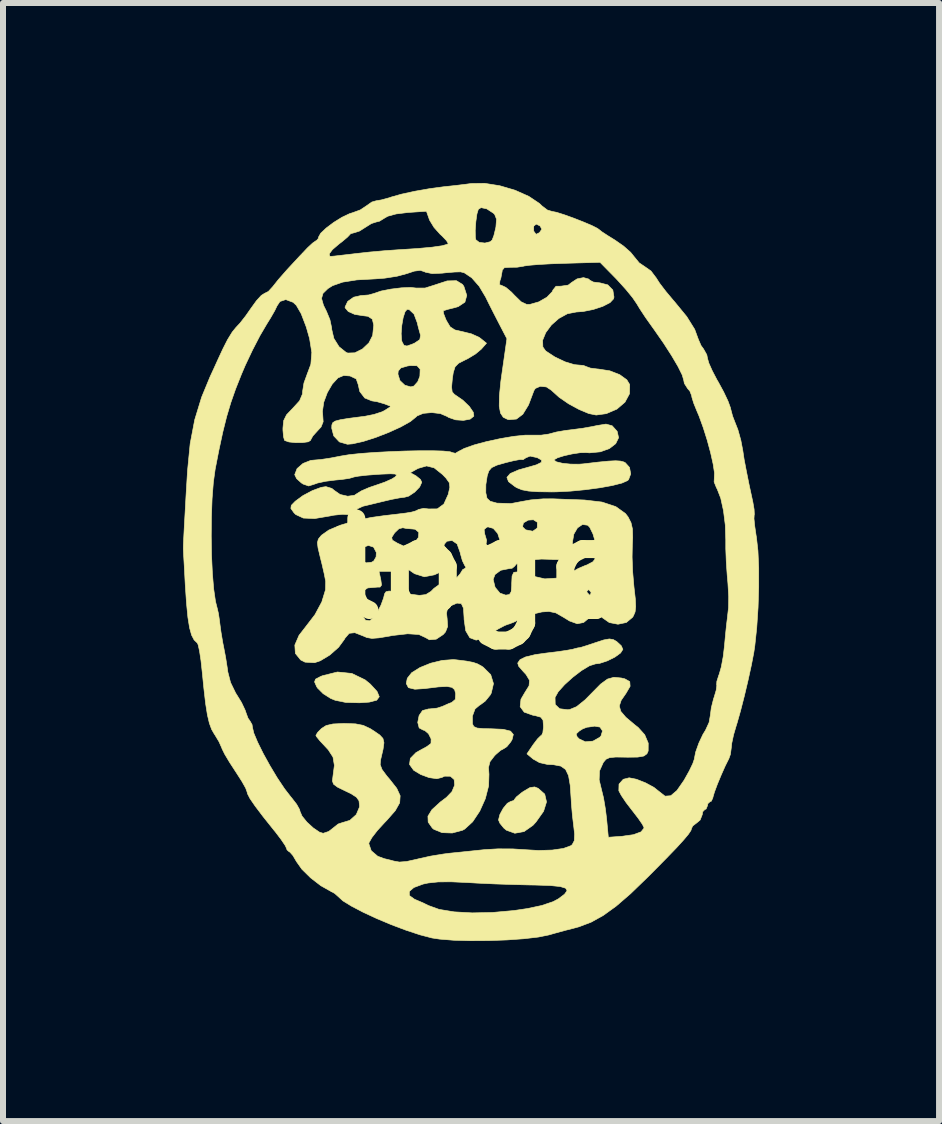
<source format=kicad_pcb>
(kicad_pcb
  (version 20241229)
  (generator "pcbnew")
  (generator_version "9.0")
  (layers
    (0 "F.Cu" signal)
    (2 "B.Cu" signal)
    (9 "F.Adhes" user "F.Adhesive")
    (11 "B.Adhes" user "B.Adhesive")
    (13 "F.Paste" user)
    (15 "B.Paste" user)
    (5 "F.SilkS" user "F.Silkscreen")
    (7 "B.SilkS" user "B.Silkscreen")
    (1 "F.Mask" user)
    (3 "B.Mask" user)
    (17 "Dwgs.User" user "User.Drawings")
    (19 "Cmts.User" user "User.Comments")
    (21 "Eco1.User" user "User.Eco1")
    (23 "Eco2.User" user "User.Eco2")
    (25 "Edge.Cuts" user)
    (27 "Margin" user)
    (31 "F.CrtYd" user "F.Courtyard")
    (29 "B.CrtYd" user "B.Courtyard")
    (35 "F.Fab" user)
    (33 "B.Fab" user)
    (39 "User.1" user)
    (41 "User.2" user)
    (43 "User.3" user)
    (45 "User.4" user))
  (footprint "logo"
    (layer "F.Cu")
    (at 4.992 6.426)
    (property "Reference" "logo" (at 0 0 0) (layer "F.SilkS") (effects (font (size 1.524 1.524) (thickness 0.3))))
    (attr through_hole)
    (fp_poly (pts (xy -2.179 1.746) (xy -1.958 1.853) (xy -1.871 1.924) (xy -1.759 2.046) (xy -1.722 2.134) (xy -1.765 2.192) (xy -1.889 2.224) (xy -2.051 2.235) (xy -2.281 2.229) (xy -2.457 2.193) (xy -2.532 2.162) (xy -2.657 2.083) (xy -2.751 1.989) (xy -2.766 1.965) (xy -2.8 1.887) (xy -2.784 1.841) (xy -2.704 1.799) (xy -2.671 1.785) (xy -2.42 1.722) (xy -2.179 1.746)) (stroke (width 0.01) (type solid)) (fill yes) (layer "F.SilkS"))
    (fp_poly (pts (xy 0.925 3.66) (xy 1.035 3.757) (xy 1.065 3.887) (xy 1.016 4.043) (xy 0.89 4.221) (xy 0.839 4.277) (xy 0.691 4.381) (xy 0.537 4.409) (xy 0.396 4.358) (xy 0.353 4.322) (xy 0.288 4.242) (xy 0.265 4.187) (xy 0.288 4.096) (xy 0.344 3.993) (xy 0.412 3.91) (xy 0.464 3.881) (xy 0.522 3.862) (xy 0.529 3.847) (xy 0.563 3.804) (xy 0.646 3.736) (xy 0.68 3.712) (xy 0.789 3.648) (xy 0.867 3.637) (xy 0.925 3.66)) (stroke (width 0.01) (type solid)) (fill yes) (layer "F.SilkS"))
    (fp_poly (pts (xy -0.441 1.519) (xy -0.271 1.54) (xy -0.161 1.561) (xy -0.084 1.587) (xy -0.012 1.627) (xy 0.01 1.642) (xy 0.135 1.766) (xy 0.181 1.916) (xy 0.144 2.074) (xy 0.125 2.108) (xy 0.044 2.207) (xy -0.039 2.269) (xy -0.047 2.272) (xy -0.126 2.338) (xy -0.17 2.457) (xy -0.169 2.587) (xy -0.147 2.631) (xy -0.092 2.656) (xy 0.017 2.666) (xy 0.142 2.668) (xy 0.343 2.677) (xy 0.465 2.707) (xy 0.512 2.763) (xy 0.491 2.848) (xy 0.469 2.886) (xy 0.404 2.966) (xy 0.354 2.999) (xy 0.299 3.028) (xy 0.216 3.1) (xy 0.197 3.12) (xy 0.123 3.216) (xy 0.098 3.313) (xy 0.106 3.426) (xy 0.1 3.62) (xy 0.045 3.834) (xy -0.048 4.041) (xy -0.166 4.218) (xy -0.298 4.339) (xy -0.334 4.359) (xy -0.506 4.405) (xy -0.676 4.399) (xy -0.813 4.343) (xy -0.838 4.322) (xy -0.907 4.224) (xy -0.911 4.125) (xy -0.845 4.017) (xy -0.704 3.888) (xy -0.603 3.812) (xy -0.511 3.716) (xy -0.466 3.608) (xy -0.474 3.514) (xy -0.537 3.459) (xy -0.634 3.458) (xy -0.678 3.479) (xy -0.763 3.5) (xy -0.891 3.482) (xy -1.031 3.43) (xy -1.149 3.359) (xy -1.218 3.262) (xy -1.204 3.161) (xy -1.11 3.065) (xy -1.037 3.024) (xy -0.931 2.966) (xy -0.865 2.917) (xy -0.86 2.91) (xy -0.858 2.837) (xy -0.901 2.751) (xy -0.966 2.695) (xy -0.989 2.69) (xy -1.057 2.654) (xy -1.081 2.562) (xy -1.058 2.447) (xy -1.001 2.364) (xy -0.899 2.337) (xy -0.882 2.337) (xy -0.759 2.324) (xy -0.672 2.296) (xy -0.562 2.247) (xy -0.515 2.23) (xy -0.455 2.179) (xy -0.449 2.084) (xy -0.466 2.017) (xy -0.51 1.978) (xy -0.594 1.963) (xy -0.735 1.97) (xy -0.947 1.996) (xy -0.948 1.997) (xy -1.129 2.009) (xy -1.236 1.983) (xy -1.272 1.914) (xy -1.255 1.827) (xy -1.182 1.734) (xy -1.044 1.648) (xy -0.867 1.576) (xy -0.674 1.529) (xy -0.489 1.515) (xy -0.441 1.519)) (stroke (width 0.01) (type solid)) (fill yes) (layer "F.SilkS"))
    (fp_poly (pts (xy 2.159 -2.381) (xy 2.239 -2.292) (xy 2.242 -2.289) (xy 2.266 -2.182) (xy 2.218 -2.083) (xy 2.112 -2.001) (xy 1.962 -1.947) (xy 1.783 -1.93) (xy 1.724 -1.934) (xy 1.623 -1.932) (xy 1.492 -1.912) (xy 1.358 -1.882) (xy 1.249 -1.848) (xy 1.193 -1.816) (xy 1.191 -1.809) (xy 1.23 -1.78) (xy 1.331 -1.756) (xy 1.467 -1.742) (xy 1.61 -1.741) (xy 1.676 -1.746) (xy 1.922 -1.775) (xy 2.097 -1.792) (xy 2.216 -1.798) (xy 2.295 -1.793) (xy 2.35 -1.779) (xy 2.377 -1.766) (xy 2.448 -1.687) (xy 2.468 -1.579) (xy 2.432 -1.483) (xy 2.414 -1.467) (xy 2.323 -1.427) (xy 2.163 -1.386) (xy 1.954 -1.348) (xy 1.715 -1.316) (xy 1.467 -1.292) (xy 1.229 -1.28) (xy 1.147 -1.279) (xy 0.923 -1.282) (xy 0.767 -1.293) (xy 0.656 -1.314) (xy 0.57 -1.349) (xy 0.54 -1.367) (xy 0.432 -1.45) (xy 0.405 -1.521) (xy 0.46 -1.585) (xy 0.6 -1.646) (xy 0.729 -1.682) (xy 0.896 -1.73) (xy 0.979 -1.771) (xy 0.984 -1.809) (xy 0.914 -1.848) (xy 0.906 -1.851) (xy 0.791 -1.876) (xy 0.722 -1.848) (xy 0.672 -1.815) (xy 0.661 -1.818) (xy 0.623 -1.819) (xy 0.521 -1.8) (xy 0.389 -1.768) (xy 0.238 -1.725) (xy 0.151 -1.684) (xy 0.104 -1.629) (xy 0.077 -1.549) (xy 0.054 -1.401) (xy 0.053 -1.265) (xy 0.073 -1.173) (xy 0.127 -1.123) (xy 0.239 -1.092) (xy 0.473 -1.085) (xy 0.636 -1.116) (xy 0.803 -1.146) (xy 1.007 -1.163) (xy 1.169 -1.164) (xy 1.367 -1.156) (xy 1.567 -1.149) (xy 1.698 -1.144) (xy 1.989 -1.11) (xy 2.219 -1.034) (xy 2.38 -0.919) (xy 2.424 -0.862) (xy 2.473 -0.766) (xy 2.497 -0.661) (xy 2.501 -0.518) (xy 2.495 -0.397) (xy 2.491 -0.194) (xy 2.5 0.047) (xy 2.52 0.281) (xy 2.523 0.311) (xy 2.545 0.505) (xy 2.551 0.634) (xy 2.541 0.721) (xy 2.513 0.787) (xy 2.499 0.81) (xy 2.395 0.897) (xy 2.256 0.926) (xy 2.111 0.898) (xy 1.991 0.814) (xy 1.983 0.804) (xy 1.896 0.693) (xy 1.788 0.81) (xy 1.683 0.897) (xy 1.577 0.918) (xy 1.449 0.872) (xy 1.35 0.811) (xy 1.221 0.737) (xy 1.106 0.713) (xy 0.989 0.721) (xy 0.82 0.761) (xy 0.654 0.825) (xy 0.631 0.837) (xy 0.519 0.892) (xy 0.439 0.923) (xy 0.424 0.926) (xy 0.368 0.948) (xy 0.263 1.003) (xy 0.17 1.058) (xy 0.041 1.131) (xy -0.064 1.179) (xy -0.108 1.191) (xy -0.213 1.151) (xy -0.281 1.035) (xy -0.308 0.848) (xy -0.309 0.813) (xy -0.319 0.658) (xy -0.355 0.581) (xy -0.428 0.574) (xy -0.532 0.619) (xy -0.587 0.666) (xy -0.601 0.745) (xy -0.591 0.835) (xy -0.583 0.964) (xy -0.618 1.054) (xy -0.657 1.098) (xy -0.773 1.175) (xy -0.887 1.185) (xy -0.95 1.149) (xy -1.062 1.097) (xy -1.248 1.085) (xy -1.504 1.114) (xy -1.554 1.124) (xy -1.728 1.153) (xy -1.844 1.162) (xy -1.928 1.148) (xy -1.991 1.121) (xy -2.129 1.067) (xy -2.223 1.077) (xy -2.292 1.157) (xy -2.302 1.176) (xy -2.4 1.31) (xy -2.546 1.439) (xy -2.705 1.535) (xy -2.8 1.567) (xy -2.959 1.558) (xy -3.032 1.521) (xy -3.12 1.412) (xy -3.129 1.273) (xy -3.059 1.111) (xy -2.952 0.973) (xy -2.794 0.767) (xy -2.679 0.553) (xy -2.67 0.523) (xy -2.07 0.523) (xy -2.047 0.69) (xy -2.017 0.763) (xy -1.952 0.858) (xy -1.881 0.869) (xy -1.799 0.794) (xy -1.762 0.739) (xy -1.694 0.609) (xy -1.649 0.486) (xy -1.647 0.476) (xy -1.633 0.419) (xy -1.61 0.385) (xy -1.56 0.373) (xy -1.466 0.381) (xy -1.311 0.407) (xy -1.213 0.424) (xy -1.053 0.445) (xy -0.946 0.432) (xy -0.86 0.379) (xy -0.811 0.329) (xy -0.7 0.249) (xy -0.563 0.198) (xy -0.558 0.197) (xy -0.508 0.179) (xy 0.176 0.179) (xy 0.208 0.31) (xy 0.288 0.407) (xy 0.385 0.441) (xy 0.447 0.431) (xy 0.476 0.385) (xy 0.477 0.38) (xy 1.735 0.38) (xy 1.742 0.397) (xy 1.781 0.439) (xy 1.789 0.441) (xy 1.807 0.407) (xy 1.808 0.397) (xy 1.774 0.354) (xy 1.761 0.353) (xy 1.735 0.38) (xy 0.477 0.38) (xy 0.485 0.281) (xy 0.485 0.243) (xy 0.491 0.121) (xy 0.52 0.061) (xy 0.591 0.053) (xy 0.719 0.09) (xy 0.772 0.109) (xy 1.036 0.17) (xy 1.273 0.155) (xy 1.463 0.073) (xy 1.592 -0.002) (xy 1.716 -0.055) (xy 1.736 -0.061) (xy 1.837 -0.114) (xy 1.89 -0.183) (xy 1.901 -0.291) (xy 1.881 -0.435) (xy 1.839 -0.579) (xy 1.785 -0.689) (xy 1.751 -0.724) (xy 1.664 -0.736) (xy 1.581 -0.68) (xy 1.52 -0.575) (xy 1.499 -0.453) (xy 1.487 -0.288) (xy 1.438 -0.192) (xy 1.338 -0.151) (xy 1.172 -0.152) (xy 1.146 -0.155) (xy 0.981 -0.16) (xy 0.814 -0.146) (xy 0.668 -0.118) (xy 0.565 -0.079) (xy 0.529 -0.037) (xy 0.492 -0.007) (xy 0.438 0) (xy 0.302 0.027) (xy 0.207 0.097) (xy 0.176 0.179) (xy -0.508 0.179) (xy -0.43 0.15) (xy -0.373 0.084) (xy -0.331 0.015) (xy -0.3 0) (xy -0.277 -0.021) (xy -0.299 -0.055) (xy -0.337 -0.133) (xy -0.371 -0.253) (xy -0.375 -0.273) (xy -0.425 -0.412) (xy -0.508 -0.469) (xy -0.595 -0.457) (xy -0.638 -0.408) (xy -0.658 -0.295) (xy -0.661 -0.194) (xy -0.665 -0.055) (xy -0.685 0.024) (xy -0.734 0.071) (xy -0.805 0.103) (xy -0.971 0.135) (xy -1.134 0.084) (xy -1.246 0.007) (xy -1.308 -0.029) (xy -1.323 -0.007) (xy -1.364 0.026) (xy -1.476 0.043) (xy -1.525 0.044) (xy -1.727 0.044) (xy -1.697 0.18) (xy -1.684 0.274) (xy -1.709 0.307) (xy -1.749 0.307) (xy -1.915 0.321) (xy -2.024 0.396) (xy -2.07 0.523) (xy -2.67 0.523) (xy -2.618 0.352) (xy -2.615 0.211) (xy -2.639 0.087) (xy -2.677 -0.078) (xy -2.707 -0.197) (xy -2.717 -0.241) (xy -2.104 -0.241) (xy -2.098 -0.198) (xy -2.047 -0.155) (xy -1.942 -0.097) (xy -1.851 -0.107) (xy -1.815 -0.127) (xy -1.775 -0.195) (xy -1.771 -0.27) (xy -1.817 -0.359) (xy -1.903 -0.387) (xy -2.005 -0.35) (xy -2.049 -0.31) (xy -2.104 -0.241) (xy -2.717 -0.241) (xy -2.742 -0.344) (xy -2.753 -0.433) (xy -2.737 -0.493) (xy -2.715 -0.52) (xy -1.515 -0.52) (xy -1.504 -0.475) (xy -1.422 -0.426) (xy -1.422 -0.426) (xy -1.306 -0.372) (xy -1.231 -0.365) (xy -1.163 -0.404) (xy -1.139 -0.426) (xy -1.069 -0.521) (xy -1.063 -0.605) (xy -1.117 -0.652) (xy 0.025 -0.652) (xy 0.036 -0.574) (xy 0.043 -0.553) (xy 0.067 -0.472) (xy 0.062 -0.441) (xy 0.058 -0.413) (xy 0.066 -0.397) (xy 0.127 -0.362) (xy 0.198 -0.353) (xy 0.275 -0.369) (xy 0.293 -0.434) (xy 0.291 -0.465) (xy 0.252 -0.586) (xy 0.178 -0.671) (xy 0.091 -0.696) (xy 0.07 -0.691) (xy 0.025 -0.652) (xy -1.117 -0.652) (xy -1.121 -0.656) (xy -1.165 -0.661) (xy -1.273 -0.67) (xy -1.33 -0.682) (xy -1.395 -0.665) (xy -1.466 -0.597) (xy -1.515 -0.52) (xy -2.715 -0.52) (xy -2.691 -0.55) (xy -2.682 -0.559) (xy -2.563 -0.643) (xy -2.433 -0.698) (xy 0.665 -0.698) (xy 0.717 -0.647) (xy 0.836 -0.624) (xy 0.905 -0.672) (xy 0.911 -0.686) (xy 0.912 -0.773) (xy 0.847 -0.815) (xy 0.76 -0.809) (xy 0.681 -0.763) (xy 0.665 -0.698) (xy -2.433 -0.698) (xy -2.374 -0.723) (xy -2.133 -0.796) (xy -1.858 -0.853) (xy -1.637 -0.884) (xy -1.421 -0.909) (xy -1.275 -0.927) (xy -1.181 -0.943) (xy -1.121 -0.96) (xy -1.078 -0.98) (xy -1.066 -0.987) (xy -0.982 -1.005) (xy -0.901 -0.995) (xy -0.756 -0.996) (xy -0.646 -1.076) (xy -0.573 -1.237) (xy -0.572 -1.241) (xy -0.546 -1.356) (xy -0.555 -1.432) (xy -0.611 -1.51) (xy -0.669 -1.57) (xy -0.807 -1.68) (xy -0.934 -1.712) (xy -1.072 -1.672) (xy -1.099 -1.658) (xy -1.205 -1.599) (xy -1.11 -1.547) (xy -1.036 -1.487) (xy -1.014 -1.439) (xy -1.049 -1.361) (xy -1.132 -1.275) (xy -1.231 -1.209) (xy -1.297 -1.191) (xy -1.382 -1.18) (xy -1.518 -1.154) (xy -1.625 -1.129) (xy -1.786 -1.09) (xy -1.931 -1.055) (xy -1.995 -1.04) (xy -2.087 -0.997) (xy -2.117 -0.942) (xy -2.139 -0.894) (xy -2.218 -0.898) (xy -2.226 -0.9) (xy -2.334 -0.906) (xy -2.48 -0.891) (xy -2.545 -0.878) (xy -2.799 -0.835) (xy -2.987 -0.843) (xy -3.114 -0.902) (xy -3.144 -0.932) (xy -3.195 -1.004) (xy -3.188 -1.055) (xy -3.122 -1.123) (xy -2.994 -1.217) (xy -2.838 -1.3) (xy -2.69 -1.355) (xy -2.611 -1.367) (xy -2.512 -1.337) (xy -2.472 -1.304) (xy -2.374 -1.236) (xy -2.248 -1.207) (xy -2.135 -1.223) (xy -2.096 -1.249) (xy -2.02 -1.296) (xy -1.891 -1.352) (xy -1.776 -1.391) (xy -1.627 -1.443) (xy -1.507 -1.497) (xy -1.455 -1.531) (xy -1.433 -1.56) (xy -1.456 -1.577) (xy -1.537 -1.581) (xy -1.688 -1.575) (xy -1.752 -1.571) (xy -1.925 -1.558) (xy -2.066 -1.542) (xy -2.149 -1.527) (xy -2.159 -1.522) (xy -2.225 -1.504) (xy -2.349 -1.486) (xy -2.458 -1.476) (xy -2.616 -1.456) (xy -2.751 -1.427) (xy -2.809 -1.406) (xy -2.899 -1.378) (xy -2.991 -1.41) (xy -3.019 -1.428) (xy -3.099 -1.5) (xy -3.131 -1.566) (xy -3.092 -1.667) (xy -2.993 -1.753) (xy -2.864 -1.804) (xy -2.811 -1.809) (xy -2.694 -1.819) (xy -2.529 -1.844) (xy -2.359 -1.877) (xy -2.219 -1.9) (xy -2.026 -1.92) (xy -1.796 -1.937) (xy -1.546 -1.95) (xy -1.291 -1.96) (xy -1.048 -1.965) (xy -0.831 -1.965) (xy -0.657 -1.96) (xy -0.542 -1.948) (xy -0.503 -1.934) (xy -0.453 -1.922) (xy -0.409 -1.949) (xy -0.307 -2.003) (xy -0.14 -2.062) (xy 0.068 -2.118) (xy 0.295 -2.167) (xy 0.518 -2.205) (xy 0.713 -2.225) (xy 0.832 -2.225) (xy 0.978 -2.225) (xy 1.103 -2.243) (xy 1.128 -2.25) (xy 1.23 -2.277) (xy 1.38 -2.303) (xy 1.487 -2.316) (xy 1.662 -2.339) (xy 1.828 -2.368) (xy 1.902 -2.384) (xy 2.056 -2.409) (xy 2.159 -2.381)) (stroke (width 0.01) (type solid)) (fill yes) (layer "F.SilkS"))
    (fp_poly (pts (xy 0.286 -6.381) (xy 0.541 -6.306) (xy 0.77 -6.204) (xy 0.948 -6.085) (xy 0.989 -6.045) (xy 1.08 -5.976) (xy 1.157 -5.953) (xy 1.233 -5.938) (xy 1.362 -5.897) (xy 1.518 -5.841) (xy 1.678 -5.778) (xy 1.818 -5.719) (xy 1.913 -5.671) (xy 1.939 -5.652) (xy 1.987 -5.614) (xy 2.088 -5.548) (xy 2.206 -5.475) (xy 2.348 -5.376) (xy 2.467 -5.271) (xy 2.524 -5.2) (xy 2.609 -5.096) (xy 2.708 -5.029) (xy 2.806 -4.96) (xy 2.886 -4.854) (xy 2.887 -4.854) (xy 2.949 -4.757) (xy 3.052 -4.622) (xy 3.175 -4.475) (xy 3.197 -4.45) (xy 3.402 -4.2) (xy 3.534 -3.988) (xy 3.596 -3.819) (xy 3.64 -3.718) (xy 3.681 -3.662) (xy 3.736 -3.564) (xy 3.748 -3.502) (xy 3.77 -3.425) (xy 3.827 -3.297) (xy 3.907 -3.144) (xy 3.928 -3.109) (xy 4.017 -2.945) (xy 4.089 -2.793) (xy 4.13 -2.681) (xy 4.132 -2.669) (xy 4.166 -2.541) (xy 4.202 -2.448) (xy 4.254 -2.316) (xy 4.303 -2.14) (xy 4.336 -1.967) (xy 4.34 -1.94) (xy 4.358 -1.82) (xy 4.394 -1.632) (xy 4.442 -1.393) (xy 4.501 -1.12) (xy 4.503 -1.111) (xy 4.524 -0.989) (xy 4.528 -0.905) (xy 4.525 -0.889) (xy 4.522 -0.833) (xy 4.534 -0.714) (xy 4.557 -0.556) (xy 4.563 -0.521) (xy 4.588 -0.299) (xy 4.601 -0.014) (xy 4.601 0.311) (xy 4.59 0.651) (xy 4.568 0.983) (xy 4.536 1.284) (xy 4.519 1.399) (xy 4.479 1.606) (xy 4.424 1.858) (xy 4.361 2.124) (xy 4.297 2.373) (xy 4.24 2.574) (xy 4.228 2.611) (xy 4.182 2.768) (xy 4.152 2.908) (xy 4.145 2.976) (xy 4.129 3.095) (xy 4.104 3.165) (xy 4.043 3.287) (xy 3.976 3.438) (xy 3.912 3.592) (xy 3.863 3.724) (xy 3.838 3.809) (xy 3.836 3.82) (xy 3.811 3.875) (xy 3.792 3.881) (xy 3.753 3.916) (xy 3.748 3.947) (xy 3.724 4.005) (xy 3.704 4.013) (xy 3.668 4.05) (xy 3.66 4.099) (xy 3.625 4.188) (xy 3.572 4.233) (xy 3.502 4.287) (xy 3.484 4.323) (xy 3.471 4.363) (xy 3.429 4.426) (xy 3.351 4.519) (xy 3.232 4.65) (xy 3.063 4.825) (xy 2.84 5.051) (xy 2.745 5.146) (xy 2.466 5.416) (xy 2.225 5.624) (xy 2.01 5.779) (xy 1.808 5.891) (xy 1.605 5.968) (xy 1.513 5.993) (xy 1.371 6.029) (xy 1.196 6.077) (xy 1.102 6.104) (xy 0.928 6.139) (xy 0.688 6.167) (xy 0.405 6.187) (xy 0.1 6.198) (xy -0.203 6.2) (xy -0.483 6.192) (xy -0.717 6.173) (xy -0.843 6.154) (xy -1.042 6.102) (xy -1.273 6.026) (xy -1.52 5.933) (xy -1.765 5.83) (xy -1.993 5.724) (xy -2.186 5.623) (xy -2.329 5.535) (xy -2.405 5.465) (xy -2.406 5.464) (xy -2.466 5.411) (xy -2.525 5.379) (xy -1.222 5.379) (xy -1.22 5.447) (xy -1.134 5.509) (xy -1.117 5.516) (xy -0.993 5.569) (xy -0.904 5.613) (xy -0.724 5.678) (xy -0.474 5.719) (xy -0.173 5.736) (xy 0.165 5.729) (xy 0.522 5.697) (xy 0.745 5.664) (xy 0.985 5.613) (xy 1.175 5.549) (xy 1.263 5.502) (xy 1.365 5.425) (xy 1.407 5.367) (xy 1.385 5.325) (xy 1.293 5.297) (xy 1.125 5.28) (xy 0.876 5.272) (xy 0.797 5.271) (xy 0.525 5.264) (xy 0.214 5.254) (xy -0.09 5.24) (xy -0.243 5.231) (xy -0.526 5.218) (xy -0.741 5.22) (xy -0.908 5.238) (xy -0.992 5.256) (xy -1.145 5.313) (xy -1.222 5.379) (xy -2.525 5.379) (xy -2.529 5.377) (xy -2.696 5.283) (xy -2.866 5.152) (xy -3.011 5.009) (xy -3.101 4.882) (xy -3.161 4.78) (xy -3.211 4.723) (xy -3.223 4.718) (xy -3.261 4.684) (xy -3.263 4.67) (xy -3.289 4.614) (xy -3.358 4.512) (xy -3.456 4.383) (xy -3.473 4.363) (xy -3.659 4.13) (xy -3.792 3.954) (xy -3.877 3.83) (xy -3.918 3.75) (xy -3.925 3.72) (xy -3.948 3.657) (xy -4.011 3.545) (xy -4.1 3.406) (xy -4.119 3.377) (xy -4.217 3.226) (xy -4.297 3.092) (xy -4.343 2.999) (xy -4.345 2.99) (xy -4.393 2.883) (xy -4.465 2.763) (xy -4.469 2.759) (xy -4.515 2.679) (xy -4.553 2.576) (xy -4.586 2.436) (xy -4.616 2.246) (xy -4.645 1.993) (xy -4.672 1.724) (xy -4.693 1.531) (xy -4.717 1.373) (xy -4.74 1.269) (xy -4.754 1.239) (xy -4.807 1.188) (xy -4.849 1.108) (xy -4.883 0.986) (xy -4.911 0.812) (xy -4.934 0.576) (xy -4.955 0.266) (xy -4.962 0.132) (xy -4.972 -0.054) (xy -4.981 -0.208) (xy -4.986 -0.307) (xy -4.987 -0.331) (xy -4.986 -0.392) (xy -4.98 -0.525) (xy -4.979 -0.541) (xy -4.522 -0.541) (xy -4.517 -0.222) (xy -4.503 0.078) (xy -4.481 0.34) (xy -4.451 0.547) (xy -4.422 0.661) (xy -4.402 0.747) (xy -4.383 0.874) (xy -4.38 0.904) (xy -4.359 1.059) (xy -4.329 1.238) (xy -4.316 1.301) (xy -4.282 1.48) (xy -4.253 1.665) (xy -4.246 1.72) (xy -4.2 1.898) (xy -4.114 2.075) (xy -4.098 2.099) (xy -4.017 2.231) (xy -3.958 2.356) (xy -3.944 2.397) (xy -3.909 2.492) (xy -3.876 2.539) (xy -3.842 2.598) (xy -3.836 2.641) (xy -3.813 2.74) (xy -3.749 2.892) (xy -3.656 3.08) (xy -3.543 3.284) (xy -3.422 3.486) (xy -3.301 3.667) (xy -3.192 3.808) (xy -3.182 3.819) (xy -3.099 3.926) (xy -3.049 4.016) (xy -3.043 4.044) (xy -3.009 4.123) (xy -2.927 4.224) (xy -2.821 4.321) (xy -2.718 4.391) (xy -2.657 4.41) (xy -2.564 4.379) (xy -2.491 4.322) (xy -2.407 4.255) (xy -2.341 4.233) (xy -2.212 4.194) (xy -2.105 4.098) (xy -2.052 3.973) (xy -2.051 3.947) (xy -2.06 3.867) (xy -2.102 3.808) (xy -2.194 3.749) (xy -2.286 3.705) (xy -2.417 3.641) (xy -2.484 3.591) (xy -2.503 3.537) (xy -2.494 3.463) (xy -2.47 3.278) (xy -2.493 3.14) (xy -2.572 3.018) (xy -2.624 2.962) (xy -2.713 2.867) (xy -2.769 2.797) (xy -2.778 2.778) (xy -2.749 2.729) (xy -2.685 2.664) (xy -2.607 2.614) (xy -2.494 2.588) (xy -2.322 2.58) (xy -2.296 2.58) (xy -2.118 2.586) (xy -1.99 2.611) (xy -1.874 2.665) (xy -1.811 2.705) (xy -1.715 2.771) (xy -1.661 2.829) (xy -1.644 2.9) (xy -1.659 3.01) (xy -1.699 3.182) (xy -1.7 3.185) (xy -1.707 3.265) (xy -1.676 3.347) (xy -1.596 3.455) (xy -1.548 3.511) (xy -1.431 3.66) (xy -1.374 3.784) (xy -1.382 3.902) (xy -1.455 4.032) (xy -1.596 4.193) (xy -1.632 4.23) (xy -1.753 4.362) (xy -1.845 4.481) (xy -1.893 4.566) (xy -1.896 4.583) (xy -1.856 4.7) (xy -1.748 4.792) (xy -1.64 4.832) (xy -1.536 4.857) (xy -1.477 4.873) (xy -1.387 4.889) (xy -1.268 4.88) (xy -1.096 4.842) (xy -1.056 4.832) (xy -0.866 4.79) (xy -0.652 4.755) (xy -0.55 4.742) (xy -0.362 4.723) (xy -0.14 4.7) (xy 0.033 4.682) (xy 0.256 4.669) (xy 0.504 4.67) (xy 0.672 4.681) (xy 0.93 4.696) (xy 1.161 4.689) (xy 1.347 4.662) (xy 1.47 4.617) (xy 1.493 4.599) (xy 1.528 4.533) (xy 1.533 4.423) (xy 1.52 4.308) (xy 1.497 4.116) (xy 1.479 3.91) (xy 1.476 3.848) (xy 1.46 3.611) (xy 1.432 3.449) (xy 1.383 3.346) (xy 1.303 3.29) (xy 1.182 3.267) (xy 1.08 3.262) (xy 0.948 3.232) (xy 0.843 3.173) (xy 0.739 3.086) (xy 0.843 2.932) (xy 0.915 2.837) (xy 0.97 2.783) (xy 0.981 2.778) (xy 0.995 2.754) (xy 1.559 2.754) (xy 1.574 2.8) (xy 1.608 2.836) (xy 1.712 2.885) (xy 1.839 2.874) (xy 1.952 2.81) (xy 1.973 2.787) (xy 1.998 2.704) (xy 1.956 2.64) (xy 1.866 2.624) (xy 1.861 2.625) (xy 1.769 2.639) (xy 1.739 2.642) (xy 1.669 2.669) (xy 1.613 2.704) (xy 1.559 2.754) (xy 0.995 2.754) (xy 1.003 2.739) (xy 1.014 2.644) (xy 1.014 2.624) (xy 1.007 2.525) (xy 0.97 2.475) (xy 0.877 2.449) (xy 0.837 2.442) (xy 0.693 2.391) (xy 0.626 2.3) (xy 0.639 2.176) (xy 0.7 2.071) (xy 0.774 1.952) (xy 0.782 1.861) (xy 0.724 1.764) (xy 0.675 1.711) (xy 0.601 1.626) (xy 0.585 1.573) (xy 0.619 1.523) (xy 0.625 1.516) (xy 0.714 1.472) (xy 0.877 1.432) (xy 1.064 1.406) (xy 1.246 1.384) (xy 1.402 1.361) (xy 1.506 1.342) (xy 1.521 1.337) (xy 1.592 1.319) (xy 1.61 1.318) (xy 1.647 1.309) (xy 1.746 1.278) (xy 1.871 1.236) (xy 2.018 1.188) (xy 2.112 1.171) (xy 2.178 1.182) (xy 2.234 1.214) (xy 2.31 1.284) (xy 2.337 1.345) (xy 2.299 1.405) (xy 2.204 1.474) (xy 2.079 1.536) (xy 1.951 1.578) (xy 1.878 1.587) (xy 1.781 1.618) (xy 1.648 1.698) (xy 1.503 1.809) (xy 1.366 1.933) (xy 1.26 2.051) (xy 1.207 2.146) (xy 1.207 2.147) (xy 1.21 2.264) (xy 1.284 2.334) (xy 1.418 2.351) (xy 1.452 2.347) (xy 1.566 2.3) (xy 1.71 2.184) (xy 1.824 2.068) (xy 1.967 1.923) (xy 2.081 1.84) (xy 2.188 1.81) (xy 2.312 1.822) (xy 2.37 1.836) (xy 2.452 1.882) (xy 2.458 1.96) (xy 2.389 2.078) (xy 2.389 2.078) (xy 2.309 2.194) (xy 2.278 2.288) (xy 2.302 2.377) (xy 2.386 2.476) (xy 2.537 2.603) (xy 2.592 2.646) (xy 2.701 2.767) (xy 2.76 2.907) (xy 2.759 3.038) (xy 2.738 3.085) (xy 2.687 3.122) (xy 2.584 3.14) (xy 2.414 3.142) (xy 2.384 3.141) (xy 2.218 3.139) (xy 2.116 3.149) (xy 2.056 3.176) (xy 2.013 3.227) (xy 2.011 3.23) (xy 1.948 3.37) (xy 1.942 3.52) (xy 1.981 3.682) (xy 2.015 3.82) (xy 2.046 4.004) (xy 2.066 4.167) (xy 2.095 4.476) (xy 2.315 4.46) (xy 2.513 4.433) (xy 2.64 4.386) (xy 2.69 4.323) (xy 2.69 4.317) (xy 2.664 4.262) (xy 2.595 4.162) (xy 2.499 4.037) (xy 2.494 4.031) (xy 2.391 3.897) (xy 2.311 3.778) (xy 2.27 3.701) (xy 2.273 3.59) (xy 2.344 3.51) (xy 2.442 3.485) (xy 2.563 3.509) (xy 2.713 3.568) (xy 2.854 3.644) (xy 2.948 3.719) (xy 2.949 3.719) (xy 3.04 3.791) (xy 3.135 3.784) (xy 3.238 3.697) (xy 3.356 3.527) (xy 3.364 3.513) (xy 3.445 3.368) (xy 3.503 3.247) (xy 3.528 3.174) (xy 3.528 3.171) (xy 3.55 3.057) (xy 3.603 2.908) (xy 3.672 2.761) (xy 3.715 2.691) (xy 3.774 2.563) (xy 3.794 2.449) (xy 3.811 2.318) (xy 3.849 2.167) (xy 3.858 2.142) (xy 3.892 2.027) (xy 3.903 1.949) (xy 3.9 1.937) (xy 3.903 1.879) (xy 3.935 1.778) (xy 3.943 1.758) (xy 3.977 1.639) (xy 4.009 1.468) (xy 4.031 1.283) (xy 4.031 1.279) (xy 4.048 1.097) (xy 4.065 0.932) (xy 4.079 0.819) (xy 4.079 0.816) (xy 4.098 0.649) (xy 4.101 0.468) (xy 4.088 0.245) (xy 4.076 0.11) (xy 4.061 -0.104) (xy 4.052 -0.336) (xy 4.052 -0.485) (xy 4.044 -0.727) (xy 4.014 -0.966) (xy 3.968 -1.175) (xy 3.909 -1.327) (xy 3.897 -1.348) (xy 3.858 -1.445) (xy 3.861 -1.511) (xy 3.864 -1.595) (xy 3.842 -1.741) (xy 3.8 -1.929) (xy 3.743 -2.14) (xy 3.676 -2.352) (xy 3.606 -2.545) (xy 3.568 -2.634) (xy 3.517 -2.76) (xy 3.487 -2.858) (xy 3.484 -2.882) (xy 3.453 -2.96) (xy 3.418 -2.999) (xy 3.362 -3.087) (xy 3.351 -3.143) (xy 3.326 -3.228) (xy 3.256 -3.369) (xy 3.149 -3.551) (xy 3.015 -3.759) (xy 2.862 -3.979) (xy 2.819 -4.039) (xy 2.714 -4.187) (xy 2.618 -4.333) (xy 2.57 -4.413) (xy 2.499 -4.517) (xy 2.386 -4.655) (xy 2.253 -4.802) (xy 2.222 -4.835) (xy 1.957 -5.105) (xy 1.366 -5.088) (xy 1.14 -5.08) (xy 0.939 -5.069) (xy 0.783 -5.056) (xy 0.693 -5.044) (xy 0.685 -5.041) (xy 0.574 -5.023) (xy 0.461 -5.022) (xy 0.363 -5.016) (xy 0.326 -4.971) (xy 0.325 -4.952) (xy 0.304 -4.841) (xy 0.288 -4.796) (xy 0.282 -4.732) (xy 0.321 -4.718) (xy 0.387 -4.687) (xy 0.481 -4.608) (xy 0.532 -4.554) (xy 0.642 -4.447) (xy 0.733 -4.404) (xy 0.79 -4.404) (xy 0.937 -4.446) (xy 1.071 -4.523) (xy 1.159 -4.614) (xy 1.173 -4.644) (xy 1.223 -4.706) (xy 1.304 -4.707) (xy 1.427 -4.725) (xy 1.483 -4.769) (xy 1.575 -4.829) (xy 1.682 -4.85) (xy 1.768 -4.826) (xy 1.786 -4.807) (xy 1.845 -4.776) (xy 1.95 -4.763) (xy 1.954 -4.763) (xy 2.086 -4.729) (xy 2.17 -4.643) (xy 2.189 -4.526) (xy 2.182 -4.496) (xy 2.123 -4.433) (xy 2.002 -4.371) (xy 1.844 -4.319) (xy 1.674 -4.285) (xy 1.561 -4.277) (xy 1.413 -4.248) (xy 1.271 -4.17) (xy 1.146 -4.06) (xy 1.052 -3.933) (xy 1 -3.806) (xy 1.004 -3.694) (xy 1.051 -3.628) (xy 1.205 -3.527) (xy 1.376 -3.446) (xy 1.528 -3.4) (xy 1.578 -3.395) (xy 1.681 -3.386) (xy 1.736 -3.364) (xy 1.797 -3.342) (xy 1.908 -3.328) (xy 1.931 -3.326) (xy 2.119 -3.297) (xy 2.284 -3.233) (xy 2.403 -3.147) (xy 2.451 -3.068) (xy 2.448 -2.915) (xy 2.372 -2.774) (xy 2.238 -2.659) (xy 2.061 -2.583) (xy 1.892 -2.56) (xy 1.769 -2.585) (xy 1.607 -2.653) (xy 1.432 -2.748) (xy 1.274 -2.857) (xy 1.158 -2.962) (xy 1.152 -2.969) (xy 1.064 -3.028) (xy 0.961 -3.039) (xy 0.878 -3.003) (xy 0.855 -2.966) (xy 0.765 -2.728) (xy 0.67 -2.573) (xy 0.564 -2.493) (xy 0.441 -2.483) (xy 0.415 -2.488) (xy 0.344 -2.523) (xy 0.298 -2.593) (xy 0.277 -2.709) (xy 0.28 -2.882) (xy 0.304 -3.123) (xy 0.328 -3.293) (xy 0.405 -3.832) (xy 0.272 -4.088) (xy 0.185 -4.257) (xy 0.099 -4.427) (xy 0.051 -4.525) (xy -0.057 -4.706) (xy -0.181 -4.847) (xy -0.305 -4.93) (xy -0.367 -4.946) (xy -0.468 -4.943) (xy -0.612 -4.931) (xy -0.674 -4.924) (xy -0.841 -4.917) (xy -0.956 -4.941) (xy -0.966 -4.947) (xy -1.038 -4.971) (xy -1.139 -4.958) (xy -1.262 -4.917) (xy -1.426 -4.873) (xy -1.63 -4.841) (xy -1.786 -4.829) (xy -2.096 -4.812) (xy -2.331 -4.775) (xy -2.5 -4.716) (xy -2.578 -4.667) (xy -2.66 -4.587) (xy -2.684 -4.503) (xy -2.652 -4.39) (xy -2.602 -4.289) (xy -2.544 -4.148) (xy -2.515 -4.01) (xy -2.514 -3.986) (xy -2.479 -3.837) (xy -2.392 -3.698) (xy -2.276 -3.605) (xy -2.247 -3.593) (xy -2.13 -3.597) (xy -2.003 -3.66) (xy -1.895 -3.762) (xy -1.834 -3.882) (xy -1.831 -3.894) (xy -1.829 -3.917) (xy -1.357 -3.917) (xy -1.35 -3.808) (xy -1.342 -3.779) (xy -1.31 -3.721) (xy -1.26 -3.71) (xy -1.166 -3.744) (xy -1.132 -3.759) (xy -1.047 -3.816) (xy -1.034 -3.887) (xy -1.038 -3.903) (xy -1.07 -4.018) (xy -1.09 -4.101) (xy -1.143 -4.242) (xy -1.221 -4.315) (xy -1.257 -4.322) (xy -1.292 -4.282) (xy -1.324 -4.183) (xy -1.347 -4.052) (xy -1.357 -3.917) (xy -1.829 -3.917) (xy -1.814 -4.06) (xy -1.838 -4.158) (xy -1.91 -4.205) (xy -1.998 -4.216) (xy -2.131 -4.237) (xy -2.238 -4.285) (xy -2.29 -4.346) (xy -2.292 -4.36) (xy -2.248 -4.453) (xy -2.148 -4.524) (xy -2.024 -4.552) (xy -2.022 -4.551) (xy -1.898 -4.561) (xy -1.806 -4.587) (xy -1.693 -4.626) (xy -1.531 -4.658) (xy -1.353 -4.68) (xy -1.196 -4.686) (xy -1.107 -4.676) (xy -0.959 -4.676) (xy -0.801 -4.726) (xy -0.591 -4.795) (xy -0.437 -4.799) (xy -0.335 -4.737) (xy -0.312 -4.703) (xy -0.264 -4.554) (xy -0.295 -4.441) (xy -0.406 -4.367) (xy -0.463 -4.35) (xy -0.577 -4.322) (xy -0.648 -4.3) (xy -0.656 -4.295) (xy -0.65 -4.25) (xy -0.614 -4.157) (xy -0.601 -4.13) (xy -0.541 -4.03) (xy -0.462 -3.978) (xy -0.333 -3.949) (xy -0.187 -3.913) (xy -0.062 -3.857) (xy -0.035 -3.838) (xy 0.065 -3.757) (xy -0.022 -3.658) (xy -0.119 -3.577) (xy -0.252 -3.497) (xy -0.292 -3.478) (xy -0.4 -3.423) (xy -0.459 -3.363) (xy -0.489 -3.267) (xy -0.504 -3.168) (xy -0.517 -3.026) (xy -0.507 -2.946) (xy -0.468 -2.902) (xy -0.461 -2.898) (xy -0.329 -2.807) (xy -0.221 -2.703) (xy -0.155 -2.606) (xy -0.146 -2.542) (xy -0.207 -2.492) (xy -0.319 -2.471) (xy -0.45 -2.48) (xy -0.566 -2.52) (xy -0.593 -2.537) (xy -0.703 -2.584) (xy -0.847 -2.601) (xy -0.989 -2.588) (xy -1.091 -2.546) (xy -1.105 -2.532) (xy -1.203 -2.452) (xy -1.364 -2.362) (xy -1.564 -2.271) (xy -1.78 -2.187) (xy -1.989 -2.12) (xy -2.168 -2.08) (xy -2.252 -2.073) (xy -2.386 -2.112) (xy -2.481 -2.213) (xy -2.514 -2.34) (xy -2.512 -2.394) (xy -2.497 -2.432) (xy -2.456 -2.459) (xy -2.373 -2.481) (xy -2.235 -2.504) (xy -2.027 -2.531) (xy -1.962 -2.539) (xy -1.809 -2.57) (xy -1.675 -2.614) (xy -1.634 -2.635) (xy -1.526 -2.704) (xy -1.634 -2.746) (xy -1.761 -2.783) (xy -1.846 -2.796) (xy -1.964 -2.844) (xy -2.047 -2.952) (xy -2.073 -3.068) (xy -2.106 -3.162) (xy -2.209 -3.211) (xy -2.315 -3.219) (xy -2.41 -3.179) (xy -2.505 -3.076) (xy -2.588 -2.933) (xy -2.647 -2.774) (xy -2.669 -2.622) (xy -2.665 -2.572) (xy -2.657 -2.448) (xy -2.692 -2.361) (xy -2.752 -2.296) (xy -2.829 -2.211) (xy -2.866 -2.144) (xy -2.866 -2.139) (xy -2.905 -2.114) (xy -2.999 -2.101) (xy -3.116 -2.1) (xy -3.226 -2.111) (xy -3.296 -2.135) (xy -3.3 -2.138) (xy -3.317 -2.196) (xy -3.327 -2.307) (xy -3.327 -2.344) (xy -3.315 -2.467) (xy -3.267 -2.564) (xy -3.164 -2.672) (xy -3.163 -2.673) (xy -3.05 -2.797) (xy -3.002 -2.91) (xy -2.999 -2.957) (xy -2.977 -3.094) (xy -2.929 -3.226) (xy -2.923 -3.242) (xy -1.411 -3.242) (xy -1.378 -3.135) (xy -1.296 -3.057) (xy -1.197 -3.029) (xy -1.145 -3.043) (xy -1.081 -3.115) (xy -1.045 -3.207) (xy -1.041 -3.324) (xy -1.092 -3.381) (xy -1.208 -3.384) (xy -1.253 -3.377) (xy -1.362 -3.345) (xy -1.406 -3.293) (xy -1.411 -3.242) (xy -2.923 -3.242) (xy -2.862 -3.406) (xy -2.846 -3.602) (xy -2.883 -3.833) (xy -2.938 -4.026) (xy -3.023 -4.248) (xy -3.104 -4.388) (xy -3.157 -4.438) (xy -3.28 -4.484) (xy -3.377 -4.452) (xy -3.426 -4.378) (xy -3.464 -4.299) (xy -3.534 -4.177) (xy -3.595 -4.079) (xy -3.71 -3.883) (xy -3.836 -3.64) (xy -3.956 -3.386) (xy -4.018 -3.241) (xy -4.116 -2.994) (xy -4.196 -2.766) (xy -4.265 -2.535) (xy -4.329 -2.279) (xy -4.394 -1.977) (xy -4.457 -1.654) (xy -4.487 -1.436) (xy -4.508 -1.166) (xy -4.519 -0.861) (xy -4.522 -0.541) (xy -4.979 -0.541) (xy -4.97 -0.715) (xy -4.957 -0.945) (xy -4.943 -1.201) (xy -4.927 -1.466) (xy -4.917 -1.632) (xy -4.873 -2.084) (xy -4.797 -2.482) (xy -4.682 -2.858) (xy -4.542 -3.197) (xy -4.48 -3.331) (xy -4.401 -3.505) (xy -4.329 -3.66) (xy -4.251 -3.814) (xy -4.172 -3.943) (xy -4.111 -4.018) (xy -4.042 -4.092) (xy -3.948 -4.212) (xy -3.86 -4.338) (xy -3.769 -4.464) (xy -3.688 -4.553) (xy -3.636 -4.586) (xy -3.57 -4.619) (xy -3.497 -4.699) (xy -3.497 -4.699) (xy -3.404 -4.816) (xy -3.254 -4.987) (xy -3.05 -5.207) (xy -3.013 -5.245) (xy -2.556 -5.245) (xy -2.547 -5.207) (xy -2.525 -5.204) (xy -2.468 -5.209) (xy -2.347 -5.223) (xy -2.183 -5.242) (xy -2.117 -5.25) (xy -1.882 -5.276) (xy -1.623 -5.299) (xy -1.394 -5.315) (xy -1.389 -5.315) (xy -1.081 -5.335) (xy -0.841 -5.357) (xy -0.674 -5.381) (xy -0.586 -5.406) (xy -0.573 -5.42) (xy -0.603 -5.468) (xy -0.678 -5.546) (xy -0.709 -5.574) (xy -0.766 -5.638) (xy -0.123 -5.638) (xy -0.121 -5.522) (xy -0.113 -5.481) (xy -0.056 -5.437) (xy 0.039 -5.426) (xy 0.128 -5.448) (xy 0.159 -5.476) (xy 0.188 -5.551) (xy 0.217 -5.67) (xy 0.222 -5.695) (xy 0.223 -5.707) (xy 0.851 -5.707) (xy 0.852 -5.627) (xy 0.855 -5.62) (xy 0.891 -5.572) (xy 0.947 -5.599) (xy 0.987 -5.657) (xy 0.957 -5.711) (xy 0.894 -5.742) (xy 0.851 -5.707) (xy 0.223 -5.707) (xy 0.232 -5.824) (xy 0.201 -5.903) (xy 0.181 -5.923) (xy 0.069 -5.996) (xy -0.025 -6.016) (xy -0.071 -5.989) (xy -0.095 -5.91) (xy -0.113 -5.78) (xy -0.123 -5.638) (xy -0.766 -5.638) (xy -0.81 -5.687) (xy -0.883 -5.807) (xy -0.89 -5.826) (xy -0.936 -5.956) (xy -1.245 -5.935) (xy -1.441 -5.911) (xy -1.58 -5.873) (xy -1.629 -5.845) (xy -1.718 -5.79) (xy -1.772 -5.777) (xy -1.853 -5.751) (xy -1.952 -5.689) (xy -1.952 -5.689) (xy -2.051 -5.626) (xy -2.131 -5.6) (xy -2.131 -5.6) (xy -2.199 -5.582) (xy -2.212 -5.567) (xy -2.254 -5.523) (xy -2.342 -5.449) (xy -2.392 -5.411) (xy -2.502 -5.317) (xy -2.556 -5.245) (xy -3.013 -5.245) (xy -2.917 -5.347) (xy -2.833 -5.425) (xy -2.774 -5.466) (xy -2.767 -5.468) (xy -2.737 -5.503) (xy -2.734 -5.525) (xy -2.698 -5.589) (xy -2.606 -5.676) (xy -2.481 -5.77) (xy -2.344 -5.855) (xy -2.218 -5.915) (xy -2.167 -5.931) (xy -2.038 -5.978) (xy -1.936 -6.046) (xy -1.845 -6.11) (xy -1.775 -6.13) (xy -1.686 -6.145) (xy -1.558 -6.18) (xy -1.514 -6.195) (xy -1.35 -6.241) (xy -1.13 -6.289) (xy -0.885 -6.332) (xy -0.649 -6.364) (xy -0.573 -6.372) (xy -0.435 -6.387) (xy -0.264 -6.408) (xy -0.19 -6.418) (xy 0.034 -6.421) (xy 0.286 -6.381)) (stroke (width 0.01) (type solid)) (fill yes) (layer "F.SilkS")))
  (gr_rect
    (start -3 -3)
    (end 12.598 15.631)
    (stroke (width 0.1) (type default))
    (fill no)
    (layer "Edge.Cuts")))
</source>
